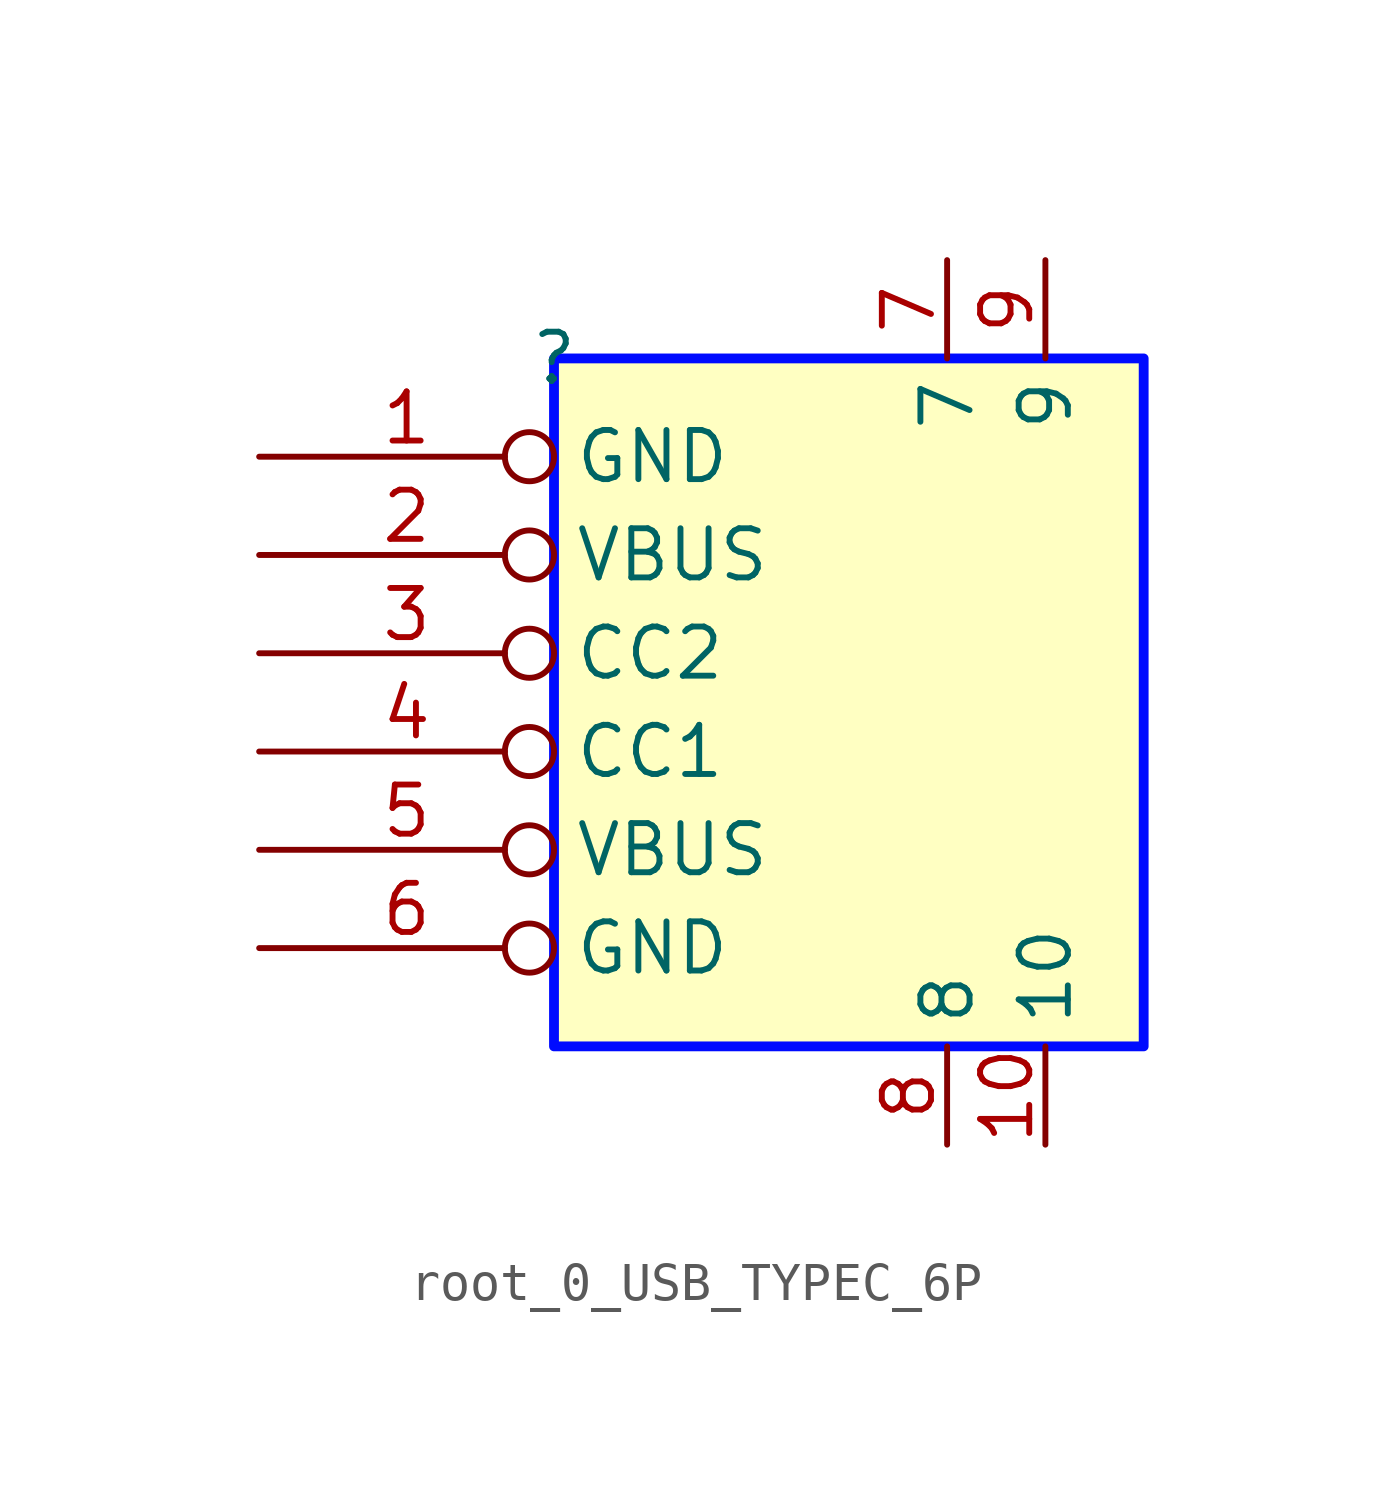
<source format=kicad_sym>
(kicad_symbol_lib
  (version 20231120)
  (generator "kicad_symbol_editor")
  (generator_version "8.0")
  (symbol "root_0_USB_TYPEC_6P"
    (property "Reference" ""
      (at 0 0 0)
      (effects (font (size 1.27 1.27))))
    (property "Value" ""
      (at 0 0 0)
      (effects (font (size 1.27 1.27))))
    (symbol "root_0_USB_TYPEC_6P_1_0"
      (rectangle (start 15.24 0) (end 0 -17.78) (stroke (width 0.254) (type solid) (color 0 11 255 1)) (fill (type background)))
      (pin passive inverted (at -7.62 -2.54 0) (length 7.62) (name "GND" (effects (font (size 1.27 1.27)))) (number "1" (effects (font (size 1.27 1.27)))))
      (pin passive line (at 12.7 -20.32 90) (length 2.54) (name "10" (effects (font (size 1.27 1.27)))) (number "10" (effects (font (size 1.27 1.27)))))
      (pin passive inverted (at -7.62 -5.08 0) (length 7.62) (name "VBUS" (effects (font (size 1.27 1.27)))) (number "2" (effects (font (size 1.27 1.27)))))
      (pin passive inverted (at -7.62 -7.62 0) (length 7.62) (name "CC2" (effects (font (size 1.27 1.27)))) (number "3" (effects (font (size 1.27 1.27)))))
      (pin passive inverted (at -7.62 -10.16 0) (length 7.62) (name "CC1" (effects (font (size 1.27 1.27)))) (number "4" (effects (font (size 1.27 1.27)))))
      (pin passive inverted (at -7.62 -12.7 0) (length 7.62) (name "VBUS" (effects (font (size 1.27 1.27)))) (number "5" (effects (font (size 1.27 1.27)))))
      (pin passive inverted (at -7.62 -15.24 0) (length 7.62) (name "GND" (effects (font (size 1.27 1.27)))) (number "6" (effects (font (size 1.27 1.27)))))
      (pin passive line (at 10.16 2.54 270) (length 2.54) (name "7" (effects (font (size 1.27 1.27)))) (number "7" (effects (font (size 1.27 1.27)))))
      (pin passive line (at 10.16 -20.32 90) (length 2.54) (name "8" (effects (font (size 1.27 1.27)))) (number "8" (effects (font (size 1.27 1.27)))))
      (pin passive line (at 12.7 2.54 270) (length 2.54) (name "9" (effects (font (size 1.27 1.27)))) (number "9" (effects (font (size 1.27 1.27))))))))
</source>
